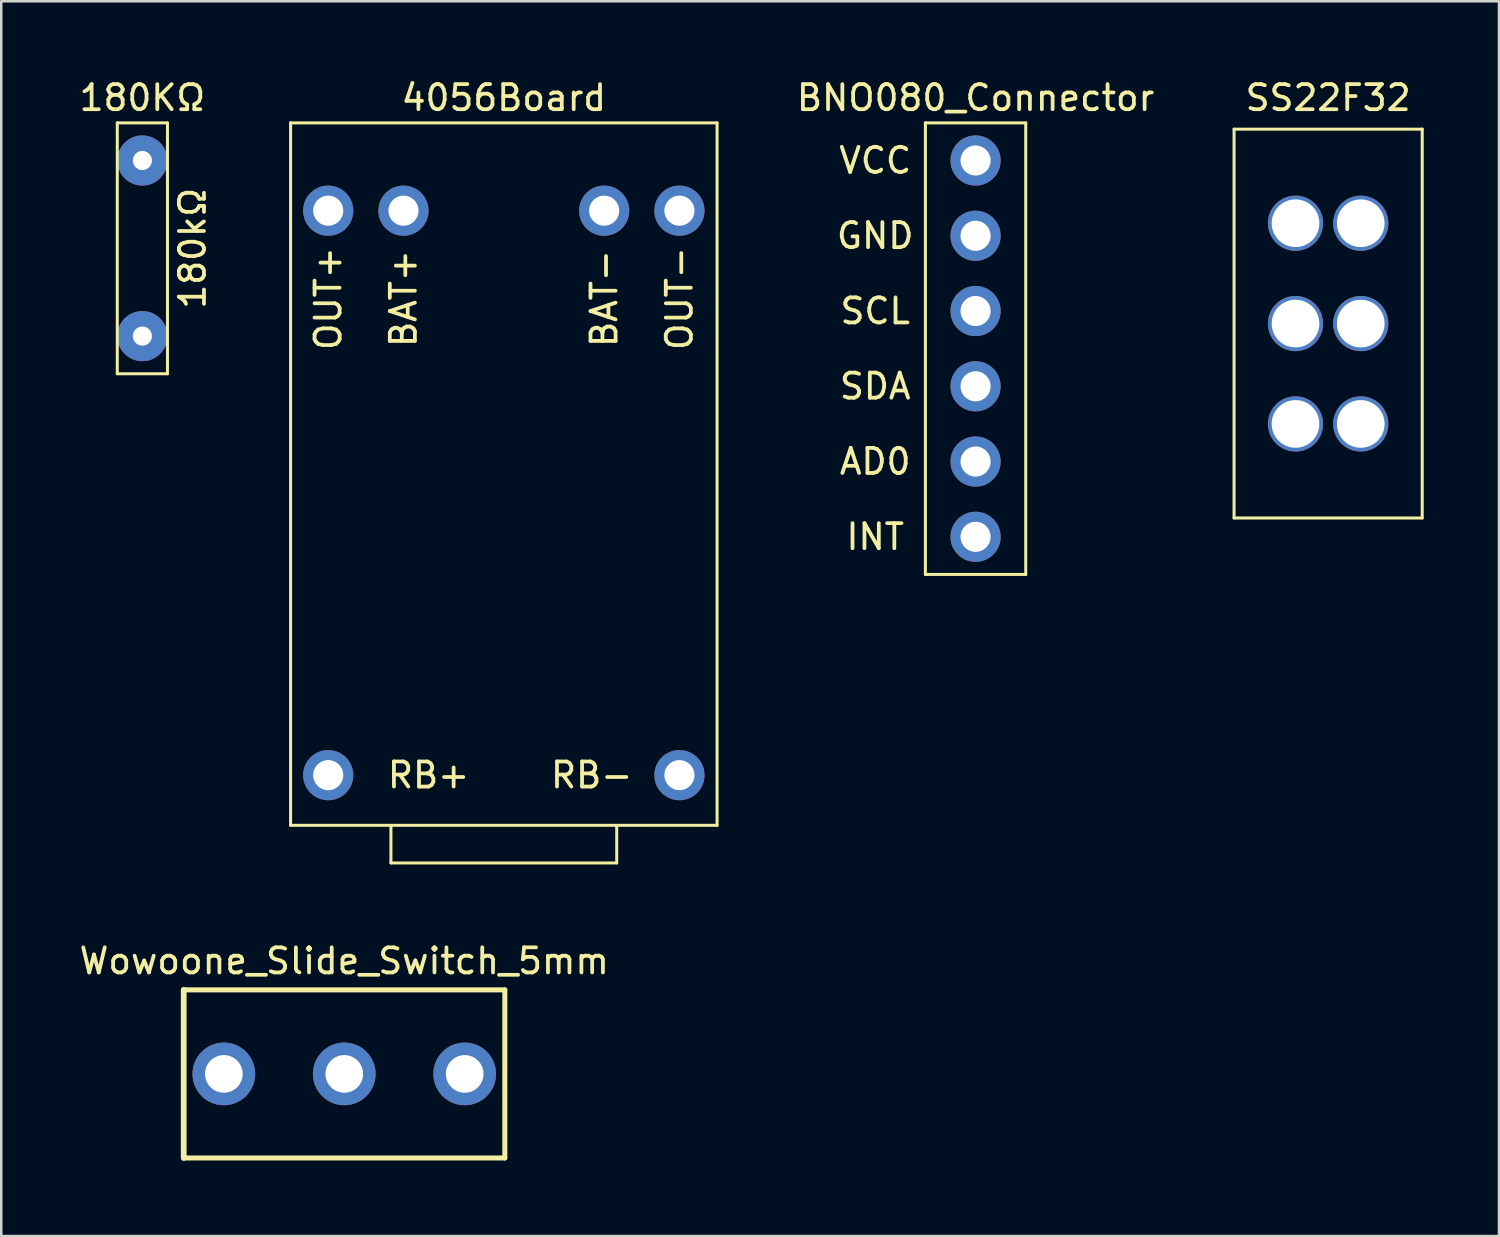
<source format=kicad_pcb>
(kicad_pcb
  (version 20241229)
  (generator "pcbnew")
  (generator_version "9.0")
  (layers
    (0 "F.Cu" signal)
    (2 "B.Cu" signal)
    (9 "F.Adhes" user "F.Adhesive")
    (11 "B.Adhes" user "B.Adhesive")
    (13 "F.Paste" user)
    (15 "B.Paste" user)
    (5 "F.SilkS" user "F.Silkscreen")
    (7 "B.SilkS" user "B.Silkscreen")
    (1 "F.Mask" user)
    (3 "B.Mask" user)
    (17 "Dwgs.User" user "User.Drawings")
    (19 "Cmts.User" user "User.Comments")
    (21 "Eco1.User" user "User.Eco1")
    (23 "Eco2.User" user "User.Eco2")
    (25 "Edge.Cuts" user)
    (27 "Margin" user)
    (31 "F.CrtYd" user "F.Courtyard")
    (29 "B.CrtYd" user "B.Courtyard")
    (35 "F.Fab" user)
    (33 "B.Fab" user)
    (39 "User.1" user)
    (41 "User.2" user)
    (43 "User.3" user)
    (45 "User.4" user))
  (footprint "4056Board"
    (layer "F.Cu")
    (at 17.033 15.848)
    (property "Reference" "4056Board" (at 0 -15 0) (layer "F.SilkS") (effects (font (size 1 1) (thickness 0.15))))
    (attr through_hole)
    (fp_line (start -8.5 -14) (end 8.5 -14) (stroke (width 0.12) (type solid)) (layer "F.SilkS"))
    (fp_line (start -8.5 14) (end -8.5 -14) (stroke (width 0.12) (type solid)) (layer "F.SilkS"))
    (fp_line (start -4.5 15.5) (end -4.5 14) (stroke (width 0.12) (type solid)) (layer "F.SilkS"))
    (fp_line (start 4.5 14) (end 4.5 15.5) (stroke (width 0.12) (type solid)) (layer "F.SilkS"))
    (fp_line (start 4.5 15.5) (end -4.5 15.5) (stroke (width 0.12) (type solid)) (layer "F.SilkS"))
    (fp_line (start 8.5 -14) (end 8.5 14) (stroke (width 0.12) (type solid)) (layer "F.SilkS"))
    (fp_line (start 8.5 14) (end -8.5 14) (stroke (width 0.12) (type solid)) (layer "F.SilkS"))
    (fp_text user "RB-" (at 3.5 12 180) (layer "F.SilkS") (effects (font (size 1 1) (thickness 0.15))))
    (fp_text user "BAT-" (at 4 -7 90) (layer "F.SilkS") (effects (font (size 1 1) (thickness 0.15))))
    (fp_text user "OUT+" (at -7 -7 90) (layer "F.SilkS") (effects (font (size 1 1) (thickness 0.15))))
    (fp_text user "RB+" (at -3 12 180) (layer "F.SilkS") (effects (font (size 1 1) (thickness 0.15))))
    (fp_text user "BAT+" (at -4 -7 90) (layer "F.SilkS") (effects (font (size 1 1) (thickness 0.15))))
    (fp_text user "OUT-" (at 7 -7 90) (layer "F.SilkS") (effects (font (size 1 1) (thickness 0.15))))
    (pad "1" thru_hole circle (at -7 -10.5) (size 2 2) (drill 1.2) (layers "*.Cu" "*.Mask"))
    (pad "2" thru_hole circle (at -4 -10.5) (size 2 2) (drill 1.2) (layers "*.Cu" "*.Mask"))
    (pad "3" thru_hole circle (at 4 -10.5) (size 2 2) (drill 1.2) (layers "*.Cu" "*.Mask"))
    (pad "4" thru_hole circle (at 7 -10.5) (size 2 2) (drill 1.2) (layers "*.Cu" "*.Mask"))
    (pad "5" thru_hole circle (at -7 12) (size 2 2) (drill 1.2) (layers "*.Cu" "*.Mask"))
    (pad "6" thru_hole circle (at 7 12) (size 2 2) (drill 1.2) (layers "*.Cu" "*.Mask")))
  (footprint "BNO080_Connector"
    (layer "F.Cu")
    (at 35.837 10.848)
    (property "Reference" "BNO080_Connector" (at 0 -10 0) (layer "F.SilkS") (effects (font (size 1 1) (thickness 0.15))))
    (attr through_hole)
    (fp_line (start -2 -9) (end -2 9) (stroke (width 0.12) (type solid)) (layer "F.SilkS"))
    (fp_line (start -2 9) (end 2 9) (stroke (width 0.12) (type solid)) (layer "F.SilkS"))
    (fp_line (start 2 -9) (end -2 -9) (stroke (width 0.12) (type solid)) (layer "F.SilkS"))
    (fp_line (start 2 9) (end 2 -9) (stroke (width 0.12) (type solid)) (layer "F.SilkS"))
    (fp_text user "VCC" (at -4 -7.5 0) (layer "F.SilkS") (effects (font (size 1 1) (thickness 0.15))))
    (fp_text user "GND" (at -4 -4.5 0) (layer "F.SilkS") (effects (font (size 1 1) (thickness 0.15))))
    (fp_text user "INT" (at -4 7.5 0) (layer "F.SilkS") (effects (font (size 1 1) (thickness 0.15))))
    (fp_text user "SCL" (at -4 -1.5 0) (layer "F.SilkS") (effects (font (size 1 1) (thickness 0.15))))
    (fp_text user "SDA" (at -4 1.5 0) (layer "F.SilkS") (effects (font (size 1 1) (thickness 0.15))))
    (fp_text user "AD0" (at -4 4.5 0) (layer "F.SilkS") (effects (font (size 1 1) (thickness 0.15))))
    (pad "1" thru_hole circle (at 0 -7.5) (size 2 2) (drill 1.2) (layers "*.Cu" "*.Mask"))
    (pad "2" thru_hole circle (at 0 -4.5) (size 2 2) (drill 1.2) (layers "*.Cu" "*.Mask"))
    (pad "3" thru_hole circle (at 0 -1.5) (size 2 2) (drill 1.2) (layers "*.Cu" "*.Mask"))
    (pad "4" thru_hole circle (at 0 1.5) (size 2 2) (drill 1.2) (layers "*.Cu" "*.Mask"))
    (pad "5" thru_hole circle (at 0 4.5) (size 2 2) (drill 1.2) (layers "*.Cu" "*.Mask"))
    (pad "6" thru_hole circle (at 0 7.5) (size 2 2) (drill 1.2) (layers "*.Cu" "*.Mask")))
  (footprint "SS22F32"
    (layer "F.Cu")
    (at 49.891 9.848)
    (property "Reference" "SS22F32" (at 0 -9 0) (layer "F.SilkS") (effects (font (size 1 1) (thickness 0.15))))
    (attr through_hole)
    (fp_line (start -3.75 -7.75) (end 3.75 -7.75) (stroke (width 0.12) (type solid)) (layer "F.SilkS"))
    (fp_line (start -3.75 7.75) (end -3.75 -7.75) (stroke (width 0.12) (type solid)) (layer "F.SilkS"))
    (fp_line (start 3.75 -7.75) (end 3.75 7.75) (stroke (width 0.12) (type solid)) (layer "F.SilkS"))
    (fp_line (start 3.75 7.75) (end -3.75 7.75) (stroke (width 0.12) (type solid)) (layer "F.SilkS"))
    (pad "" thru_hole circle (at -1.3 -4) (size 2.2 2.2) (drill 1.9) (layers "*.Cu" "*.Mask"))
    (pad "" thru_hole circle (at -1.3 0) (size 2.2 2.2) (drill 1.9) (layers "*.Cu" "*.Mask"))
    (pad "" thru_hole circle (at 1.3 -4) (size 2.2 2.2) (drill 1.9) (layers "*.Cu" "*.Mask"))
    (pad "" thru_hole circle (at 1.3 0) (size 2.2 2.2) (drill 1.9) (layers "*.Cu" "*.Mask"))
    (pad "1" thru_hole circle (at 1.3 4) (size 2.2 2.2) (drill 1.9) (layers "*.Cu" "*.Mask"))
    (pad "2" thru_hole circle (at -1.3 4) (size 2.2 2.2) (drill 1.9) (layers "*.Cu" "*.Mask")))
  (footprint "180KΩ"
    (layer "F.Cu")
    (at 2.625 6.848)
    (property "Reference" "180KΩ" (at 0 -6 0) (layer "F.SilkS") (effects (font (size 1 1) (thickness 0.15))))
    (attr through_hole)
    (fp_line (start -1 -5) (end 1 -5) (stroke (width 0.12) (type solid)) (layer "F.SilkS"))
    (fp_line (start -1 5) (end -1 -5) (stroke (width 0.12) (type solid)) (layer "F.SilkS"))
    (fp_line (start 1 -5) (end 1 5) (stroke (width 0.12) (type solid)) (layer "F.SilkS"))
    (fp_line (start 1 5) (end -1 5) (stroke (width 0.12) (type solid)) (layer "F.SilkS"))
    (fp_text user "180kΩ" (at 2 0 90) (layer "F.SilkS") (effects (font (size 1 1) (thickness 0.15))))
    (pad "1" thru_hole circle (at 0 -3.5) (size 2 2) (drill 0.762) (layers "*.Cu" "*.Mask"))
    (pad "2" thru_hole circle (at 0 3.5) (size 2 2) (drill 0.762) (layers "*.Cu" "*.Mask")))
  (footprint "Wowoone_Slide_Switch_5mm"
    (layer "F.Cu")
    (at 10.673 39.757)
    (property "Reference" "Wowoone_Slide_Switch_5mm" (at 0 -4.5 0) (layer "F.SilkS") (effects (font (size 1 1) (thickness 0.15))))
    (attr through_hole)
    (fp_line (start -6.4 -3.35) (end -6.4 3.35) (stroke (width 0.23) (type solid)) (layer "F.SilkS"))
    (fp_line (start -6.4 3.35) (end 6.4 3.35) (stroke (width 0.2) (type solid)) (layer "F.SilkS"))
    (fp_line (start 6.4 -3.35) (end -6.4 -3.35) (stroke (width 0.2) (type solid)) (layer "F.SilkS"))
    (fp_line (start 6.4 3.35) (end 6.4 -3.35) (stroke (width 0.2) (type solid)) (layer "F.SilkS"))
    (pad "1" thru_hole circle (at -4.8 0) (size 2.5 2.5) (drill 1.5) (layers "*.Cu" "*.Mask"))
    (pad "2" thru_hole circle (at 0 0) (size 2.5 2.5) (drill 1.5) (layers "*.Cu" "*.Mask"))
    (pad "3" thru_hole circle (at 4.8 0) (size 2.5 2.5) (drill 1.5) (layers "*.Cu" "*.Mask")))
  (gr_rect
    (start -3 -3)
    (end 56.701 46.221)
    (stroke (width 0.1) (type default))
    (fill no)
    (layer "Edge.Cuts")))
</source>
